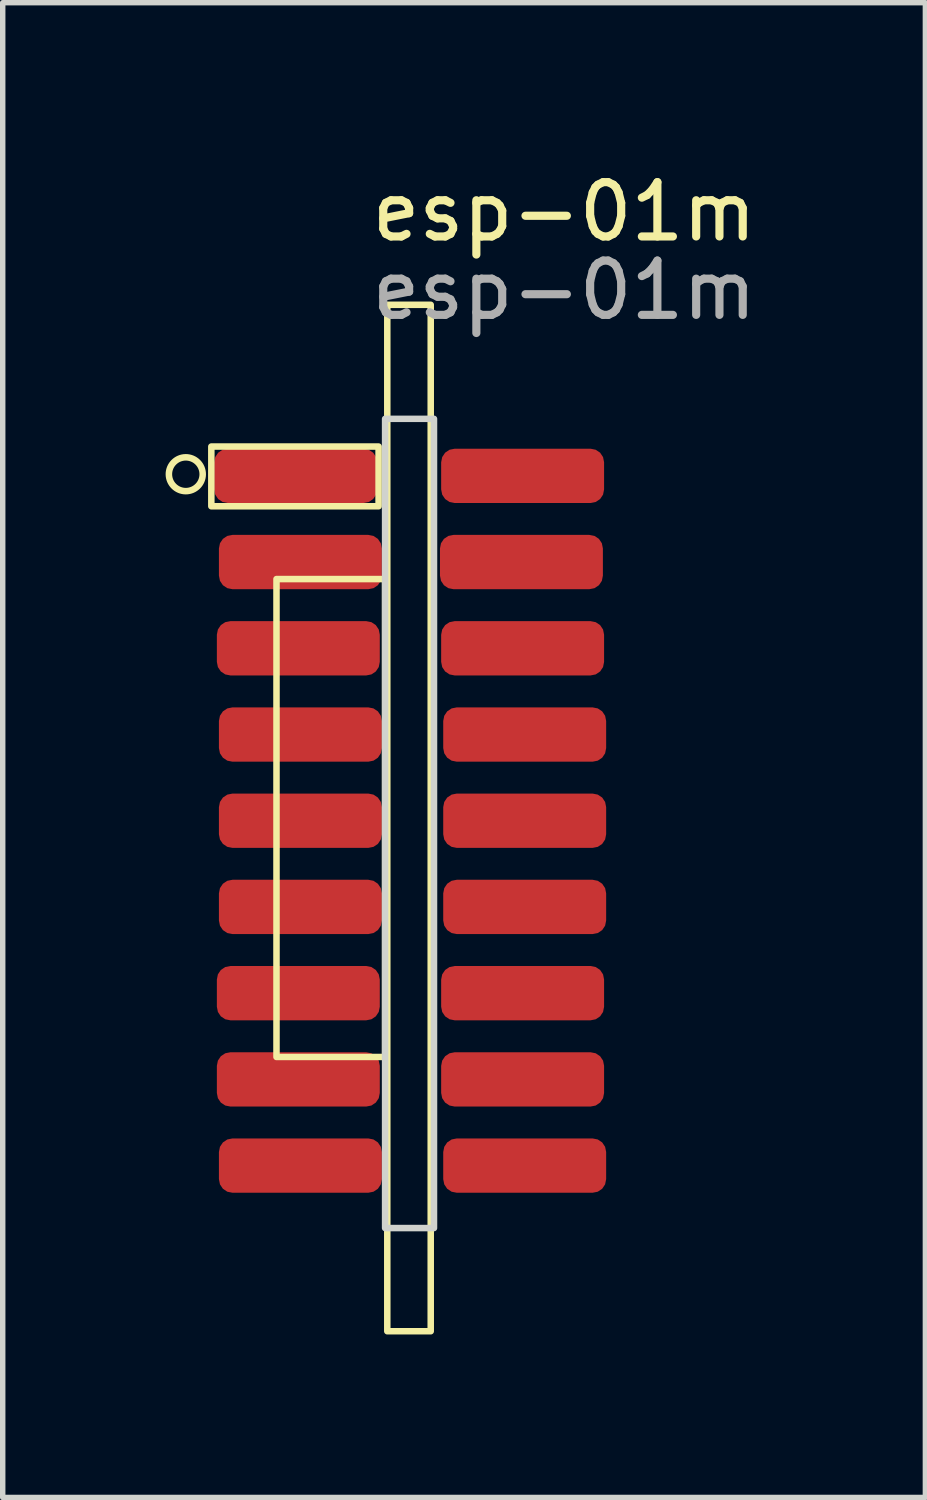
<source format=kicad_pcb>
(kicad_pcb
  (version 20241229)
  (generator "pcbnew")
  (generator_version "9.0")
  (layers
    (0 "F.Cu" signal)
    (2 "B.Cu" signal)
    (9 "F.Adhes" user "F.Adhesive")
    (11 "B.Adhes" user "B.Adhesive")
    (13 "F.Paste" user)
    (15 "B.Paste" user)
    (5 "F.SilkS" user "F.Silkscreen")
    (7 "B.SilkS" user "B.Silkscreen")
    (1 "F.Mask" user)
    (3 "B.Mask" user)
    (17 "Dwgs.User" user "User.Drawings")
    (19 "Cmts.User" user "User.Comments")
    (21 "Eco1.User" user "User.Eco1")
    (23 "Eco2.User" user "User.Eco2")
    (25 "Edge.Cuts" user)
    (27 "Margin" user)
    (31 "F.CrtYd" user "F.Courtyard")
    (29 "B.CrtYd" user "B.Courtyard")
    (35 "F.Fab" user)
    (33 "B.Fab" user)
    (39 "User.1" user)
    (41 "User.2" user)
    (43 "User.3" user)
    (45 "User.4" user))
  (footprint "esp-01m"
    (layer "F.Cu")
    (at 4.501 12.062)
    (property "Reference" "esp-01m" (at 2.839 -11.213 0) (unlocked yes) (layer "F.SilkS") (effects (font (size 1 1) (thickness 0.15))))
    (attr smd)
    (fp_rect (start -3.66 -6.89) (end -0.58 -5.79) (stroke (width 0.12) (type solid)) (fill no) (layer "F.SilkS"))
    (fp_rect (start -2.46 -4.45) (end -0.46 4.35) (stroke (width 0.12) (type solid)) (fill no) (layer "F.SilkS"))
    (fp_rect (start -0.42 -9.5) (end 0.38 9.4) (stroke (width 0.12) (type solid)) (fill no) (layer "F.SilkS"))
    (fp_circle (center -4.13 -6.38) (end -4.44 -6.41) (stroke (width 0.12) (type solid)) (fill no) (layer "F.SilkS"))
    (fp_rect (start -0.46 -7.4) (end 0.44 7.5) (stroke (width 0.12) (type solid)) (fill no) (layer "Edge.Cuts"))
    (fp_text user "${REFERENCE}" (at 2.839 -9.769 0) (unlocked yes) (layer "F.Fab") (effects (font (size 1 1) (thickness 0.15))))
    (pad "1" smd roundrect (at -2.107 -6.35) (size 3 1) (layers "F.Cu" "F.Mask" "F.Paste") (roundrect_rratio 0.25))
    (pad "2" smd roundrect (at -2.02 -4.763) (size 3 1) (layers "F.Cu" "F.Mask" "F.Paste") (roundrect_rratio 0.25))
    (pad "3" smd roundrect (at -2.058 -3.175) (size 3 1) (layers "F.Cu" "F.Mask" "F.Paste") (roundrect_rratio 0.25))
    (pad "4" smd roundrect (at -2.02 -1.587) (size 3 1) (layers "F.Cu" "F.Mask" "F.Paste") (roundrect_rratio 0.25))
    (pad "5" smd roundrect (at -2.02 0) (size 3 1) (layers "F.Cu" "F.Mask" "F.Paste") (roundrect_rratio 0.25))
    (pad "6" smd roundrect (at -2.02 1.587) (size 3 1) (layers "F.Cu" "F.Mask" "F.Paste") (roundrect_rratio 0.25))
    (pad "7" smd roundrect (at -2.058 3.175) (size 3 1) (layers "F.Cu" "F.Mask" "F.Paste") (roundrect_rratio 0.25))
    (pad "8" smd roundrect (at -2.058 4.763) (size 3 1) (layers "F.Cu" "F.Mask" "F.Paste") (roundrect_rratio 0.25))
    (pad "9" smd roundrect (at -2.02 6.35) (size 3 1) (layers "F.Cu" "F.Mask" "F.Paste") (roundrect_rratio 0.25))
    (pad "10" smd roundrect (at 2.11 6.35) (size 3 1) (layers "F.Cu" "F.Mask" "F.Paste") (roundrect_rratio 0.25))
    (pad "11" smd roundrect (at 2.072 4.763) (size 3 1) (layers "F.Cu" "F.Mask" "F.Paste") (roundrect_rratio 0.25))
    (pad "12" smd roundrect (at 2.072 3.175) (size 3 1) (layers "F.Cu" "F.Mask" "F.Paste") (roundrect_rratio 0.25))
    (pad "13" smd roundrect (at 2.11 1.587) (size 3 1) (layers "F.Cu" "F.Mask" "F.Paste") (roundrect_rratio 0.25))
    (pad "14" smd roundrect (at 2.11 0) (size 3 1) (layers "F.Cu" "F.Mask" "F.Paste") (roundrect_rratio 0.25))
    (pad "15" smd roundrect (at 2.11 -1.587) (size 3 1) (layers "F.Cu" "F.Mask" "F.Paste") (roundrect_rratio 0.25))
    (pad "16" smd roundrect (at 2.072 -3.175) (size 3 1) (layers "F.Cu" "F.Mask" "F.Paste") (roundrect_rratio 0.25))
    (pad "17" smd roundrect (at 2.05 -4.763) (size 3 1) (layers "F.Cu" "F.Mask" "F.Paste") (roundrect_rratio 0.25))
    (pad "18" smd roundrect (at 2.072 -6.35) (size 3 1) (layers "F.Cu" "F.Mask" "F.Paste") (roundrect_rratio 0.25)))
  (gr_rect
    (start -3 -3)
    (end 13.989 24.522)
    (stroke (width 0.1) (type default))
    (fill no)
    (layer "Edge.Cuts")))
</source>
